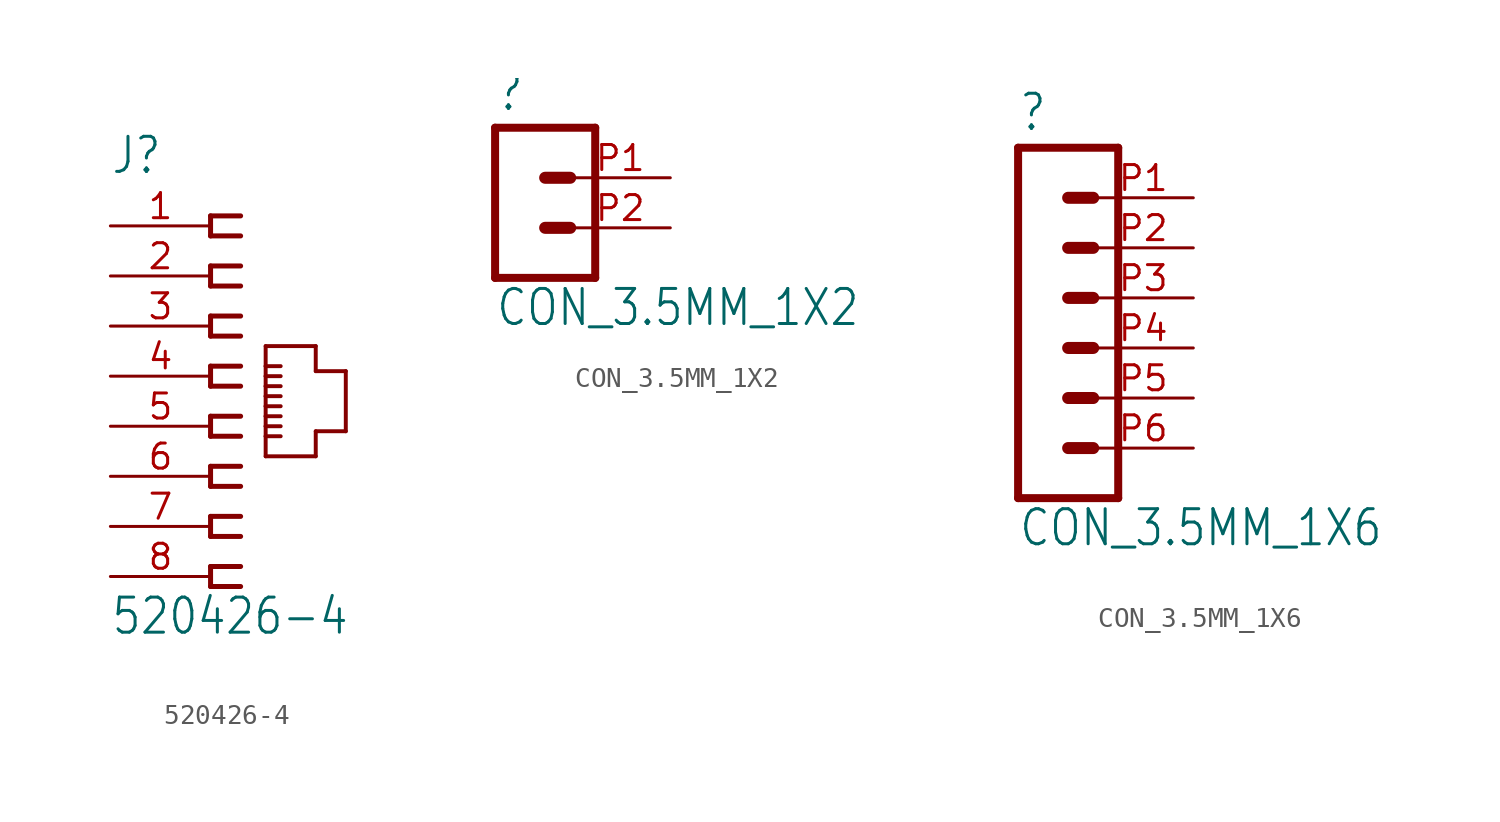
<source format=kicad_sym>
(kicad_symbol_lib
  (version 20211014)
  (generator kicad_symbol_editor)
  (symbol "520426-4"
    (property "Reference" "J"
      (at -5.08 10.16 0)
      (effects (font (size 1.778 1.511)) (justify left bottom)))
    (property "Value" "520426-4"
      (at -5.08 -13.208 0)
      (effects (font (size 1.778 1.511)) (justify left bottom)))
    (property "ki_locked" ""
      (at 0 0 0)
      (effects (font (size 1.27 1.27))))
    (symbol "520426-4_1_0"
      (polyline (pts (xy 0 -10.668) (xy 1.524 -10.668)) (stroke (width 0.254) (type default) (color 0 0 0 0)) (fill (type none)))
      (polyline (pts (xy 0 -9.652) (xy 0 -10.668)) (stroke (width 0.254) (type default) (color 0 0 0 0)) (fill (type none)))
      (polyline (pts (xy 0 -8.128) (xy 1.524 -8.128)) (stroke (width 0.254) (type default) (color 0 0 0 0)) (fill (type none)))
      (polyline (pts (xy 0 -7.112) (xy 0 -8.128)) (stroke (width 0.254) (type default) (color 0 0 0 0)) (fill (type none)))
      (polyline (pts (xy 0 -5.588) (xy 1.524 -5.588)) (stroke (width 0.254) (type default) (color 0 0 0 0)) (fill (type none)))
      (polyline (pts (xy 0 -4.572) (xy 0 -5.588)) (stroke (width 0.254) (type default) (color 0 0 0 0)) (fill (type none)))
      (polyline (pts (xy 0 -3.048) (xy 1.524 -3.048)) (stroke (width 0.254) (type default) (color 0 0 0 0)) (fill (type none)))
      (polyline (pts (xy 0 -2.032) (xy 0 -3.048)) (stroke (width 0.254) (type default) (color 0 0 0 0)) (fill (type none)))
      (polyline (pts (xy 0 -0.508) (xy 1.524 -0.508)) (stroke (width 0.254) (type default) (color 0 0 0 0)) (fill (type none)))
      (polyline (pts (xy 0 0.508) (xy 0 -0.508)) (stroke (width 0.254) (type default) (color 0 0 0 0)) (fill (type none)))
      (polyline (pts (xy 0 2.032) (xy 1.524 2.032)) (stroke (width 0.254) (type default) (color 0 0 0 0)) (fill (type none)))
      (polyline (pts (xy 0 3.048) (xy 0 2.032)) (stroke (width 0.254) (type default) (color 0 0 0 0)) (fill (type none)))
      (polyline (pts (xy 0 4.572) (xy 1.524 4.572)) (stroke (width 0.254) (type default) (color 0 0 0 0)) (fill (type none)))
      (polyline (pts (xy 0 5.588) (xy 0 4.572)) (stroke (width 0.254) (type default) (color 0 0 0 0)) (fill (type none)))
      (polyline (pts (xy 0 7.112) (xy 1.524 7.112)) (stroke (width 0.254) (type default) (color 0 0 0 0)) (fill (type none)))
      (polyline (pts (xy 0 8.128) (xy 0 7.112)) (stroke (width 0.254) (type default) (color 0 0 0 0)) (fill (type none)))
      (polyline (pts (xy 1.524 -9.652) (xy 0 -9.652)) (stroke (width 0.254) (type default) (color 0 0 0 0)) (fill (type none)))
      (polyline (pts (xy 1.524 -7.112) (xy 0 -7.112)) (stroke (width 0.254) (type default) (color 0 0 0 0)) (fill (type none)))
      (polyline (pts (xy 1.524 -4.572) (xy 0 -4.572)) (stroke (width 0.254) (type default) (color 0 0 0 0)) (fill (type none)))
      (polyline (pts (xy 1.524 -2.032) (xy 0 -2.032)) (stroke (width 0.254) (type default) (color 0 0 0 0)) (fill (type none)))
      (polyline (pts (xy 1.524 0.508) (xy 0 0.508)) (stroke (width 0.254) (type default) (color 0 0 0 0)) (fill (type none)))
      (polyline (pts (xy 1.524 3.048) (xy 0 3.048)) (stroke (width 0.254) (type default) (color 0 0 0 0)) (fill (type none)))
      (polyline (pts (xy 1.524 5.588) (xy 0 5.588)) (stroke (width 0.254) (type default) (color 0 0 0 0)) (fill (type none)))
      (polyline (pts (xy 1.524 8.128) (xy 0 8.128)) (stroke (width 0.254) (type default) (color 0 0 0 0)) (fill (type none)))
      (polyline (pts (xy 2.794 -4.064) (xy 5.334 -4.064)) (stroke (width 0.2) (type default) (color 0 0 0 0)) (fill (type none)))
      (polyline (pts (xy 2.794 -3.048) (xy 2.794 -4.064)) (stroke (width 0.2) (type default) (color 0 0 0 0)) (fill (type none)))
      (polyline (pts (xy 2.794 -3.048) (xy 3.556 -3.048)) (stroke (width 0.2) (type default) (color 0 0 0 0)) (fill (type none)))
      (polyline (pts (xy 2.794 -2.54) (xy 2.794 -3.048)) (stroke (width 0.2) (type default) (color 0 0 0 0)) (fill (type none)))
      (polyline (pts (xy 2.794 -2.54) (xy 3.556 -2.54)) (stroke (width 0.2) (type default) (color 0 0 0 0)) (fill (type none)))
      (polyline (pts (xy 2.794 -2.032) (xy 2.794 -2.54)) (stroke (width 0.2) (type default) (color 0 0 0 0)) (fill (type none)))
      (polyline (pts (xy 2.794 -2.032) (xy 3.556 -2.032)) (stroke (width 0.2) (type default) (color 0 0 0 0)) (fill (type none)))
      (polyline (pts (xy 2.794 -1.524) (xy 2.794 -2.032)) (stroke (width 0.2) (type default) (color 0 0 0 0)) (fill (type none)))
      (polyline (pts (xy 2.794 -1.524) (xy 3.556 -1.524)) (stroke (width 0.2) (type default) (color 0 0 0 0)) (fill (type none)))
      (polyline (pts (xy 2.794 -1.016) (xy 2.794 -1.524)) (stroke (width 0.2) (type default) (color 0 0 0 0)) (fill (type none)))
      (polyline (pts (xy 2.794 -1.016) (xy 3.556 -1.016)) (stroke (width 0.2) (type default) (color 0 0 0 0)) (fill (type none)))
      (polyline (pts (xy 2.794 -0.508) (xy 2.794 -1.016)) (stroke (width 0.2) (type default) (color 0 0 0 0)) (fill (type none)))
      (polyline (pts (xy 2.794 -0.508) (xy 3.556 -0.508)) (stroke (width 0.2) (type default) (color 0 0 0 0)) (fill (type none)))
      (polyline (pts (xy 2.794 0) (xy 2.794 -0.508)) (stroke (width 0.2) (type default) (color 0 0 0 0)) (fill (type none)))
      (polyline (pts (xy 2.794 0) (xy 3.556 0)) (stroke (width 0.2) (type default) (color 0 0 0 0)) (fill (type none)))
      (polyline (pts (xy 2.794 0.508) (xy 2.794 0)) (stroke (width 0.2) (type default) (color 0 0 0 0)) (fill (type none)))
      (polyline (pts (xy 2.794 0.508) (xy 3.556 0.508)) (stroke (width 0.2) (type default) (color 0 0 0 0)) (fill (type none)))
      (polyline (pts (xy 2.794 1.524) (xy 2.794 0.508)) (stroke (width 0.2) (type default) (color 0 0 0 0)) (fill (type none)))
      (polyline (pts (xy 5.334 -4.064) (xy 5.334 -2.794)) (stroke (width 0.2) (type default) (color 0 0 0 0)) (fill (type none)))
      (polyline (pts (xy 5.334 -2.794) (xy 6.858 -2.794)) (stroke (width 0.2) (type default) (color 0 0 0 0)) (fill (type none)))
      (polyline (pts (xy 5.334 0.254) (xy 5.334 1.524)) (stroke (width 0.2) (type default) (color 0 0 0 0)) (fill (type none)))
      (polyline (pts (xy 5.334 1.524) (xy 2.794 1.524)) (stroke (width 0.2) (type default) (color 0 0 0 0)) (fill (type none)))
      (polyline (pts (xy 6.858 -2.794) (xy 6.858 0.254)) (stroke (width 0.2) (type default) (color 0 0 0 0)) (fill (type none)))
      (polyline (pts (xy 6.858 0.254) (xy 5.334 0.254)) (stroke (width 0.2) (type default) (color 0 0 0 0)) (fill (type none)))
      (pin passive line (at -5.08 7.62 0) (length 5.08) (name "1" (effects (font (size 0 0)))) (number "1" (effects (font (size 1.27 1.27)))))
      (pin passive line (at -5.08 5.08 0) (length 5.08) (name "2" (effects (font (size 0 0)))) (number "2" (effects (font (size 1.27 1.27)))))
      (pin passive line (at -5.08 2.54 0) (length 5.08) (name "3" (effects (font (size 0 0)))) (number "3" (effects (font (size 1.27 1.27)))))
      (pin passive line (at -5.08 0 0) (length 5.08) (name "4" (effects (font (size 0 0)))) (number "4" (effects (font (size 1.27 1.27)))))
      (pin passive line (at -5.08 -2.54 0) (length 5.08) (name "5" (effects (font (size 0 0)))) (number "5" (effects (font (size 1.27 1.27)))))
      (pin passive line (at -5.08 -5.08 0) (length 5.08) (name "6" (effects (font (size 0 0)))) (number "6" (effects (font (size 1.27 1.27)))))
      (pin passive line (at -5.08 -7.62 0) (length 5.08) (name "7" (effects (font (size 0 0)))) (number "7" (effects (font (size 1.27 1.27)))))
      (pin passive line (at -5.08 -10.16 0) (length 5.08) (name "8" (effects (font (size 0 0)))) (number "8" (effects (font (size 1.27 1.27)))))))
  (symbol "CON_3.5MM_1X2"
    (property "Reference" ""
      (at -3.81 3.302 0)
      (effects (font (size 1.778 1.511)) (justify left bottom)))
    (property "Value" "CON_3.5MM_1X2"
      (at -3.81 -7.62 0)
      (effects (font (size 1.778 1.511)) (justify left bottom)))
    (property "ki_locked" ""
      (at 0 0 0)
      (effects (font (size 1.27 1.27))))
    (symbol "CON_3.5MM_1X2_1_0"
      (polyline (pts (xy -3.81 2.54) (xy -3.81 -5.08)) (stroke (width 0.406) (type default) (color 0 0 0 0)) (fill (type none)))
      (polyline (pts (xy -3.81 2.54) (xy 1.27 2.54)) (stroke (width 0.406) (type default) (color 0 0 0 0)) (fill (type none)))
      (polyline (pts (xy -1.27 -2.54) (xy 0 -2.54)) (stroke (width 0.61) (type default) (color 0 0 0 0)) (fill (type none)))
      (polyline (pts (xy -1.27 0) (xy 0 0)) (stroke (width 0.61) (type default) (color 0 0 0 0)) (fill (type none)))
      (polyline (pts (xy 1.27 -5.08) (xy -3.81 -5.08)) (stroke (width 0.406) (type default) (color 0 0 0 0)) (fill (type none)))
      (polyline (pts (xy 1.27 -5.08) (xy 1.27 2.54)) (stroke (width 0.406) (type default) (color 0 0 0 0)) (fill (type none)))
      (pin passive line (at 5.08 0 180) (length 5.08) (name "1" (effects (font (size 0 0)))) (number "P1" (effects (font (size 1.27 1.27)))))
      (pin passive line (at 5.08 -2.54 180) (length 5.08) (name "2" (effects (font (size 0 0)))) (number "P2" (effects (font (size 1.27 1.27)))))))
  (symbol "CON_3.5MM_1X6"
    (property "Reference" ""
      (at -3.81 8.382 0)
      (effects (font (size 1.778 1.511)) (justify left bottom)))
    (property "Value" "CON_3.5MM_1X6"
      (at -3.81 -12.7 0)
      (effects (font (size 1.778 1.511)) (justify left bottom)))
    (property "ki_locked" ""
      (at 0 0 0)
      (effects (font (size 1.27 1.27))))
    (symbol "CON_3.5MM_1X6_1_0"
      (polyline (pts (xy -3.81 7.62) (xy -3.81 -10.16)) (stroke (width 0.406) (type default) (color 0 0 0 0)) (fill (type none)))
      (polyline (pts (xy -3.81 7.62) (xy 1.27 7.62)) (stroke (width 0.406) (type default) (color 0 0 0 0)) (fill (type none)))
      (polyline (pts (xy -1.27 -7.62) (xy 0 -7.62)) (stroke (width 0.61) (type default) (color 0 0 0 0)) (fill (type none)))
      (polyline (pts (xy -1.27 -5.08) (xy 0 -5.08)) (stroke (width 0.61) (type default) (color 0 0 0 0)) (fill (type none)))
      (polyline (pts (xy -1.27 -2.54) (xy 0 -2.54)) (stroke (width 0.61) (type default) (color 0 0 0 0)) (fill (type none)))
      (polyline (pts (xy -1.27 0) (xy 0 0)) (stroke (width 0.61) (type default) (color 0 0 0 0)) (fill (type none)))
      (polyline (pts (xy -1.27 2.54) (xy 0 2.54)) (stroke (width 0.61) (type default) (color 0 0 0 0)) (fill (type none)))
      (polyline (pts (xy -1.27 5.08) (xy 0 5.08)) (stroke (width 0.61) (type default) (color 0 0 0 0)) (fill (type none)))
      (polyline (pts (xy 1.27 -10.16) (xy -3.81 -10.16)) (stroke (width 0.406) (type default) (color 0 0 0 0)) (fill (type none)))
      (polyline (pts (xy 1.27 -10.16) (xy 1.27 7.62)) (stroke (width 0.406) (type default) (color 0 0 0 0)) (fill (type none)))
      (pin passive line (at 5.08 5.08 180) (length 5.08) (name "1" (effects (font (size 0 0)))) (number "P1" (effects (font (size 1.27 1.27)))))
      (pin passive line (at 5.08 2.54 180) (length 5.08) (name "2" (effects (font (size 0 0)))) (number "P2" (effects (font (size 1.27 1.27)))))
      (pin passive line (at 5.08 0 180) (length 5.08) (name "3" (effects (font (size 0 0)))) (number "P3" (effects (font (size 1.27 1.27)))))
      (pin passive line (at 5.08 -2.54 180) (length 5.08) (name "4" (effects (font (size 0 0)))) (number "P4" (effects (font (size 1.27 1.27)))))
      (pin passive line (at 5.08 -5.08 180) (length 5.08) (name "5" (effects (font (size 0 0)))) (number "P5" (effects (font (size 1.27 1.27)))))
      (pin passive line (at 5.08 -7.62 180) (length 5.08) (name "6" (effects (font (size 0 0)))) (number "P6" (effects (font (size 1.27 1.27))))))))
</source>
